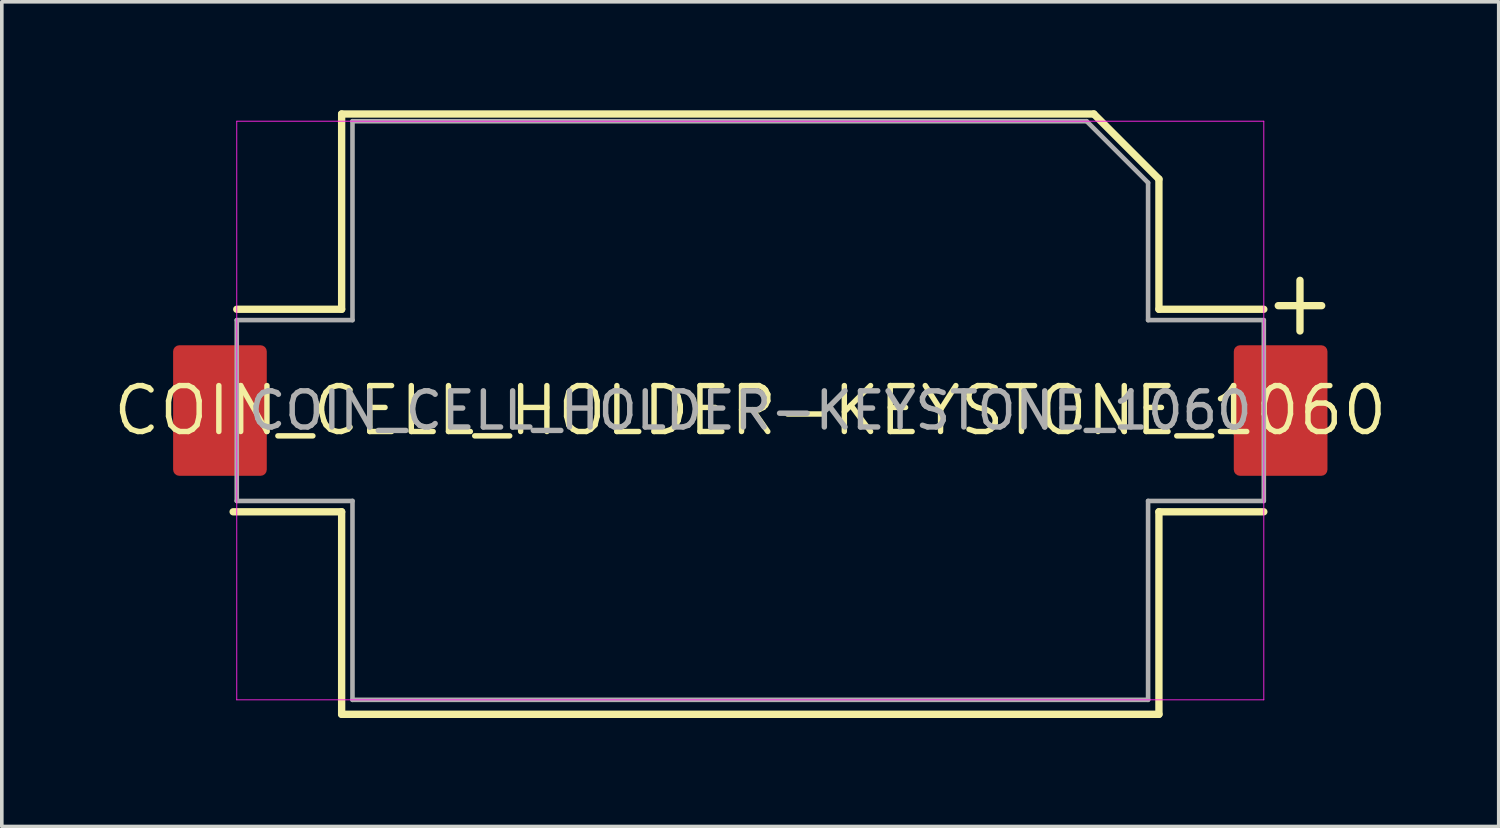
<source format=kicad_pcb>
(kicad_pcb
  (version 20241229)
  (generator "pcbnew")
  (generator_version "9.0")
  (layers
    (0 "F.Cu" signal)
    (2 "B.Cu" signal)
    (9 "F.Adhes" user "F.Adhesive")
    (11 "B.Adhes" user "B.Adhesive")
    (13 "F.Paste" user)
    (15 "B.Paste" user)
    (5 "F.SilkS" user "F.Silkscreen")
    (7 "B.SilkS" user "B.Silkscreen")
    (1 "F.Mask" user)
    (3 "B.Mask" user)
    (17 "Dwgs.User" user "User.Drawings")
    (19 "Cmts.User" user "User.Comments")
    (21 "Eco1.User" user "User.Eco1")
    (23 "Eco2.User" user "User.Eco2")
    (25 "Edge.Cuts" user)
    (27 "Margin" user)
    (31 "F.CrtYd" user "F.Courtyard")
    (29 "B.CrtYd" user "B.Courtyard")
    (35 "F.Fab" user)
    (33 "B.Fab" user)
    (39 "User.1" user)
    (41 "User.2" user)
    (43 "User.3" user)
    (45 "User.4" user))
  (footprint "COIN_CELL_HOLDER-KEYSTONE_1060"
    (layer "F.Cu")
    (at 17.697 8.302)
    (property "Reference" "COIN_CELL_HOLDER-KEYSTONE_1060" (at 0 0 0) (layer "F.SilkS") (effects (font (size 1.27 1.27) (thickness 0.15))))
    (fp_line (start -14.3 2.8) (end -11.3 2.8) (stroke (width 0.203) (type solid)) (layer "F.SilkS"))
    (fp_line (start -14.2 -2.8) (end -11.3 -2.8) (stroke (width 0.203) (type solid)) (layer "F.SilkS"))
    (fp_line (start -11.3 -8.2) (end 9.5 -8.2) (stroke (width 0.203) (type solid)) (layer "F.SilkS"))
    (fp_line (start -11.3 -2.8) (end -11.3 -8.2) (stroke (width 0.203) (type solid)) (layer "F.SilkS"))
    (fp_line (start -11.3 2.8) (end -11.3 8.4) (stroke (width 0.203) (type solid)) (layer "F.SilkS"))
    (fp_line (start -11.3 8.4) (end 11.3 8.4) (stroke (width 0.203) (type solid)) (layer "F.SilkS"))
    (fp_line (start 9.5 -8.2) (end 11.3 -6.4) (stroke (width 0.203) (type solid)) (layer "F.SilkS"))
    (fp_line (start 11.3 -6.4) (end 11.3 -2.8) (stroke (width 0.203) (type solid)) (layer "F.SilkS"))
    (fp_line (start 11.3 -2.8) (end 14.2 -2.8) (stroke (width 0.203) (type solid)) (layer "F.SilkS"))
    (fp_line (start 11.3 2.8) (end 14.2 2.8) (stroke (width 0.203) (type solid)) (layer "F.SilkS"))
    (fp_line (start 11.3 8.4) (end 11.3 2.8) (stroke (width 0.203) (type solid)) (layer "F.SilkS"))
    (fp_line (start 14.6 -2.9) (end 15.8 -2.9) (stroke (width 0.203) (type solid)) (layer "F.SilkS"))
    (fp_line (start 15.2 -3.6) (end 15.2 -2.2) (stroke (width 0.203) (type solid)) (layer "F.SilkS"))
    (fp_line (start -14.2 -8) (end -14.2 8) (stroke (width 0.025) (type solid)) (layer "F.CrtYd"))
    (fp_line (start -14.2 8) (end 14.2 8) (stroke (width 0.025) (type solid)) (layer "F.CrtYd"))
    (fp_line (start 14.2 -8) (end -14.2 -8) (stroke (width 0.025) (type solid)) (layer "F.CrtYd"))
    (fp_line (start 14.2 8) (end 14.2 -8) (stroke (width 0.025) (type solid)) (layer "F.CrtYd"))
    (fp_line (start -14.2 -2.5) (end -14.2 2.5) (stroke (width 0.127) (type solid)) (layer "F.Fab"))
    (fp_line (start -14.2 2.5) (end -11 2.5) (stroke (width 0.127) (type solid)) (layer "F.Fab"))
    (fp_line (start -11 -8) (end -11 -2.5) (stroke (width 0.127) (type solid)) (layer "F.Fab"))
    (fp_line (start -11 -2.5) (end -14.2 -2.5) (stroke (width 0.127) (type solid)) (layer "F.Fab"))
    (fp_line (start -11 2.5) (end -11 8) (stroke (width 0.127) (type solid)) (layer "F.Fab"))
    (fp_line (start -11 8) (end 11 8) (stroke (width 0.127) (type solid)) (layer "F.Fab"))
    (fp_line (start 9.3 -8) (end -11 -8) (stroke (width 0.127) (type solid)) (layer "F.Fab"))
    (fp_line (start 11 -6.3) (end 9.3 -8) (stroke (width 0.127) (type solid)) (layer "F.Fab"))
    (fp_line (start 11 -2.5) (end 11 -6.3) (stroke (width 0.127) (type solid)) (layer "F.Fab"))
    (fp_line (start 11 2.5) (end 14.2 2.5) (stroke (width 0.127) (type solid)) (layer "F.Fab"))
    (fp_line (start 11 8) (end 11 2.5) (stroke (width 0.127) (type solid)) (layer "F.Fab"))
    (fp_line (start 14.2 -2.5) (end 11 -2.5) (stroke (width 0.127) (type solid)) (layer "F.Fab"))
    (fp_line (start 14.2 2.5) (end 14.2 -2.5) (stroke (width 0.127) (type solid)) (layer "F.Fab"))
    (fp_text user "${REFERENCE}" (at 0 0 0) (unlocked yes) (layer "F.Fab") (effects (font (size 1 1) (thickness 0.15))))
    (pad "1" smd roundrect (at 14.665 0 90) (size 3.61 2.59) (layers "F.Cu" "F.Mask" "F.Paste") (roundrect_rratio 0.066))
    (pad "2" smd roundrect (at -14.665 0 90) (size 3.61 2.59) (layers "F.Cu" "F.Mask" "F.Paste") (roundrect_rratio 0.066)))
  (gr_rect
    (start -3 -3)
    (end 38.393 19.803)
    (stroke (width 0.1) (type default))
    (fill no)
    (layer "Edge.Cuts")))
</source>
